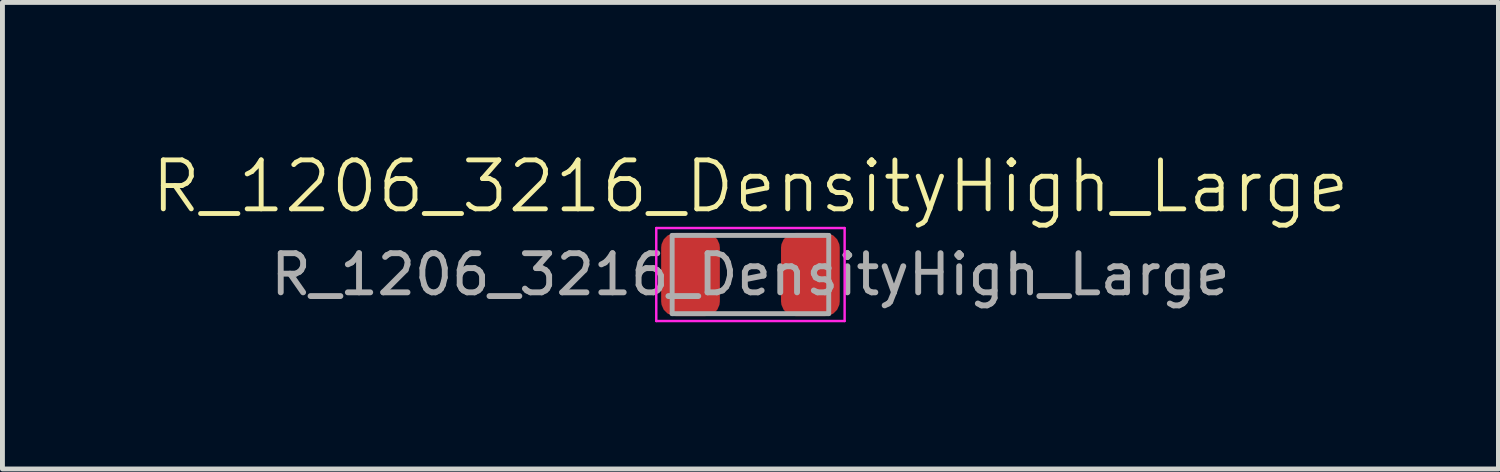
<source format=kicad_pcb>
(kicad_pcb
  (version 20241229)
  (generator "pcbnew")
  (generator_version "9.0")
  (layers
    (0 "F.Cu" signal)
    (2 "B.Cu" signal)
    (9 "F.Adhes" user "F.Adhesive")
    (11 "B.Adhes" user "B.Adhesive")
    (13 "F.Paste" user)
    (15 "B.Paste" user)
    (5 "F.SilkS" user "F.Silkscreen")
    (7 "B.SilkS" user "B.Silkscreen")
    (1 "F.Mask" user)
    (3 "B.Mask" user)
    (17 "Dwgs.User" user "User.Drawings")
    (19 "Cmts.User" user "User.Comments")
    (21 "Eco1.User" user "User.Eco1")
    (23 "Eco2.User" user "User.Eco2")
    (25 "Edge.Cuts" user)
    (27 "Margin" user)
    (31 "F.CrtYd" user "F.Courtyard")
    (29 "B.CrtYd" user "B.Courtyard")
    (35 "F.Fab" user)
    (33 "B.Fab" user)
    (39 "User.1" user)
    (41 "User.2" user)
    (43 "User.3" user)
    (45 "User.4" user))
  (footprint "R_1206_3216_DensityHigh_Large"
    (layer "F.Cu")
    (at 12.288 2.561)
    (property "Reference" "R_1206_3216_DensityHigh_Large" (at 0 -1.8 0) (unlocked yes) (layer "F.SilkS") (effects (font (size 1 1) (thickness 0.1))))
    (attr smd)
    (fp_line (start -1.925 -0.95) (end 1.925 -0.95) (stroke (width 0.05) (type solid)) (layer "F.CrtYd"))
    (fp_line (start -1.925 0.95) (end -1.925 -0.95) (stroke (width 0.05) (type solid)) (layer "F.CrtYd"))
    (fp_line (start 1.925 -0.95) (end 1.925 0.95) (stroke (width 0.05) (type solid)) (layer "F.CrtYd"))
    (fp_line (start 1.925 0.95) (end -1.925 0.95) (stroke (width 0.05) (type solid)) (layer "F.CrtYd"))
    (fp_line (start -1.6 -0.8) (end 1.6 -0.8) (stroke (width 0.1) (type solid)) (layer "F.Fab"))
    (fp_line (start -1.6 0.8) (end -1.6 -0.8) (stroke (width 0.1) (type solid)) (layer "F.Fab"))
    (fp_line (start 1.6 -0.8) (end 1.6 0.8) (stroke (width 0.1) (type solid)) (layer "F.Fab"))
    (fp_line (start 1.6 0.8) (end -1.6 0.8) (stroke (width 0.1) (type solid)) (layer "F.Fab"))
    (fp_text user "${REFERENCE}" (at 0 0 0) (layer "F.Fab") (effects (font (size 0.8 0.8) (thickness 0.12))))
    (pad "1" smd roundrect (at -1.225 0) (size 1.2 1.7) (layers "F.Cu" "F.Mask" "F.Paste") (roundrect_rratio 0.25))
    (pad "2" smd roundrect (at 1.225 0) (size 1.2 1.7) (layers "F.Cu" "F.Mask" "F.Paste") (roundrect_rratio 0.25)))
  (gr_rect
    (start -3 -3)
    (end 27.576 6.535)
    (stroke (width 0.1) (type default))
    (fill no)
    (layer "Edge.Cuts")))
</source>
